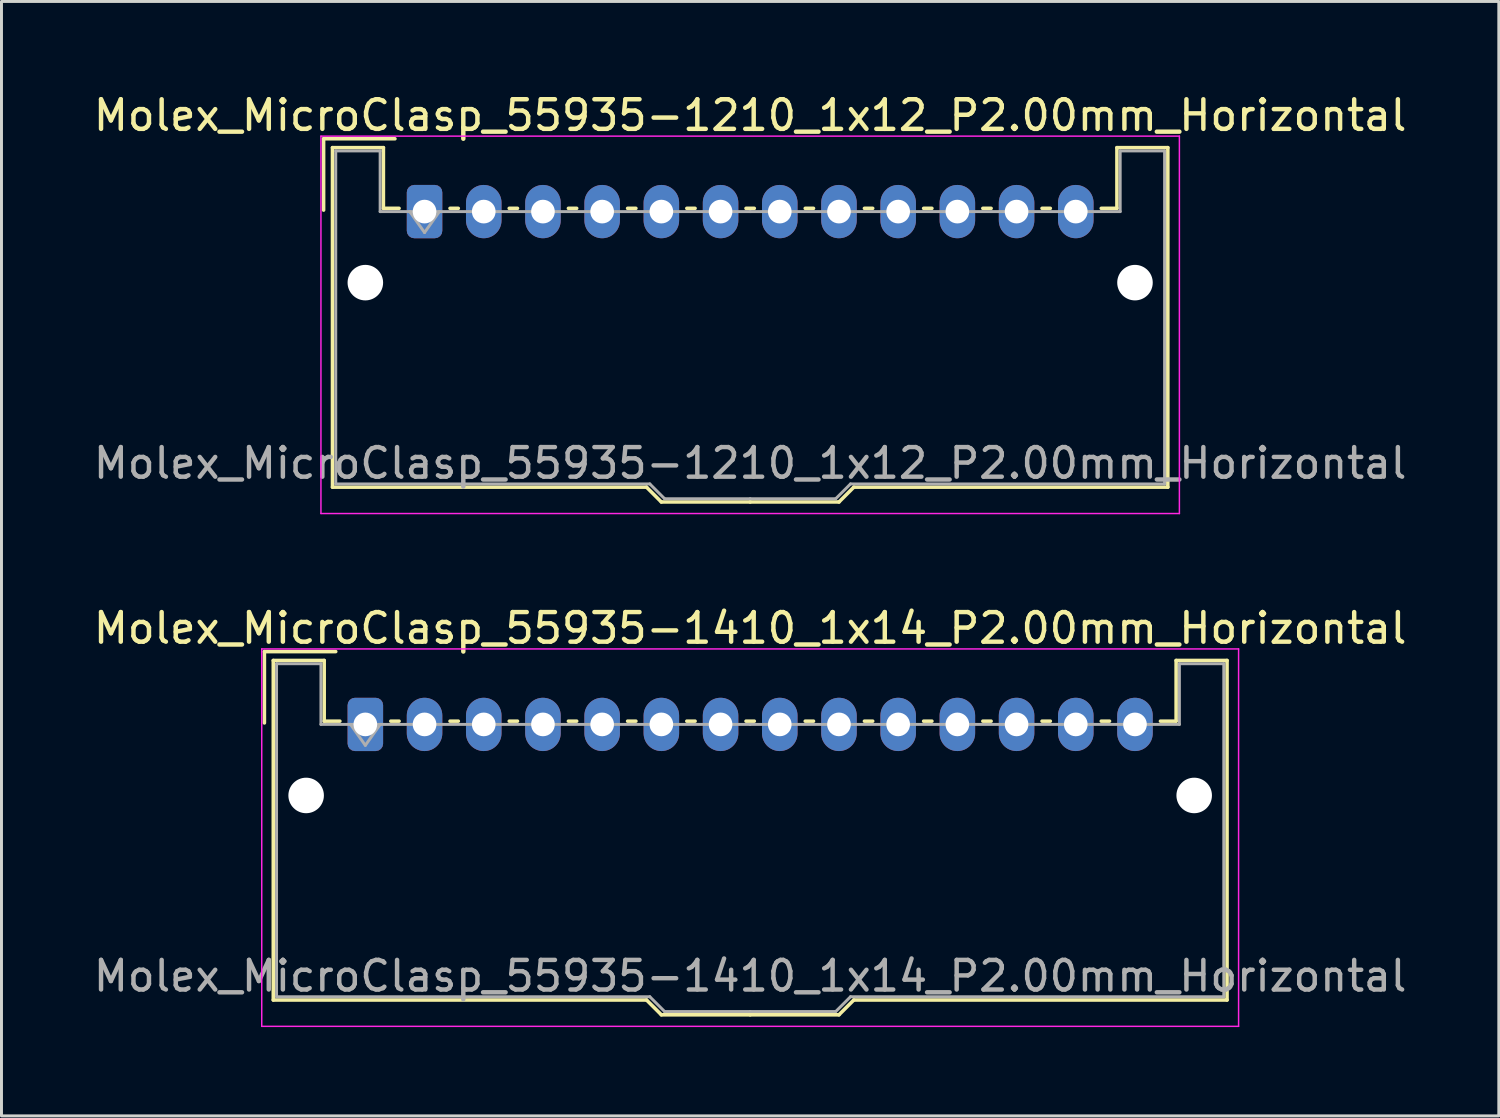
<source format=kicad_pcb>
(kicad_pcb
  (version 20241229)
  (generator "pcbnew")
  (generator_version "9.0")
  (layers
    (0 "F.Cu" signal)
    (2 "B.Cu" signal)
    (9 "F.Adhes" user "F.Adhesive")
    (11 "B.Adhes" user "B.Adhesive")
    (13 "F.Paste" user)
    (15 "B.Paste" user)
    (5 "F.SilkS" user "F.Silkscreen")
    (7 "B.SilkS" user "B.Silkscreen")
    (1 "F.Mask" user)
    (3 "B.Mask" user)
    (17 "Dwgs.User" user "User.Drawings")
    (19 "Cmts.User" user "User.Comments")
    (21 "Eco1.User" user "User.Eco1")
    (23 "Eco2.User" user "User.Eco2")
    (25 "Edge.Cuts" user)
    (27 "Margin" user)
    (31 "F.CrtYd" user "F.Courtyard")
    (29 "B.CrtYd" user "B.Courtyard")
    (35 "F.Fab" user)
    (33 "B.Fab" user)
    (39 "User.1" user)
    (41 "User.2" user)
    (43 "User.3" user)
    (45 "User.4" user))
  (footprint "Molex_MicroClasp_55935-1210_1x12_P2.00mm_Horizontal"
    (layer "F.Cu")
    (at 11.292 4.098)
    (property "Reference" "Molex_MicroClasp_55935-1210_1x12_P2.00mm_Horizontal" (at 11 -3.25 0) (layer "F.SilkS") (effects (font (size 1 1) (thickness 0.15))))
    (attr through_hole)
    (fp_line (start -3.41 -2.46) (end -1 -2.46) (stroke (width 0.12) (type solid)) (layer "F.SilkS"))
    (fp_line (start -3.41 -0.05) (end -3.41 -2.46) (stroke (width 0.12) (type solid)) (layer "F.SilkS"))
    (fp_line (start -3.11 -2.16) (end -1.39 -2.16) (stroke (width 0.12) (type solid)) (layer "F.SilkS"))
    (fp_line (start -3.11 9.31) (end -3.11 -2.16) (stroke (width 0.12) (type solid)) (layer "F.SilkS"))
    (fp_line (start -1.39 -2.16) (end -1.39 -0.11) (stroke (width 0.12) (type solid)) (layer "F.SilkS"))
    (fp_line (start -1.39 -0.11) (end -0.86 -0.11) (stroke (width 0.12) (type solid)) (layer "F.SilkS"))
    (fp_line (start 0.86 -0.11) (end 1.14 -0.11) (stroke (width 0.12) (type solid)) (layer "F.SilkS"))
    (fp_line (start 2.86 -0.11) (end 3.14 -0.11) (stroke (width 0.12) (type solid)) (layer "F.SilkS"))
    (fp_line (start 4.86 -0.11) (end 5.14 -0.11) (stroke (width 0.12) (type solid)) (layer "F.SilkS"))
    (fp_line (start 6.86 -0.11) (end 7.14 -0.11) (stroke (width 0.12) (type solid)) (layer "F.SilkS"))
    (fp_line (start 7.5 9.31) (end -3.11 9.31) (stroke (width 0.12) (type solid)) (layer "F.SilkS"))
    (fp_line (start 8 9.81) (end 7.5 9.31) (stroke (width 0.12) (type solid)) (layer "F.SilkS"))
    (fp_line (start 8.86 -0.11) (end 9.14 -0.11) (stroke (width 0.12) (type solid)) (layer "F.SilkS"))
    (fp_line (start 10.86 -0.11) (end 11.14 -0.11) (stroke (width 0.12) (type solid)) (layer "F.SilkS"))
    (fp_line (start 11 9.81) (end 8 9.81) (stroke (width 0.12) (type solid)) (layer "F.SilkS"))
    (fp_line (start 11 9.81) (end 14 9.81) (stroke (width 0.12) (type solid)) (layer "F.SilkS"))
    (fp_line (start 12.86 -0.11) (end 13.14 -0.11) (stroke (width 0.12) (type solid)) (layer "F.SilkS"))
    (fp_line (start 14 9.81) (end 14.5 9.31) (stroke (width 0.12) (type solid)) (layer "F.SilkS"))
    (fp_line (start 14.5 9.31) (end 25.11 9.31) (stroke (width 0.12) (type solid)) (layer "F.SilkS"))
    (fp_line (start 14.86 -0.11) (end 15.14 -0.11) (stroke (width 0.12) (type solid)) (layer "F.SilkS"))
    (fp_line (start 16.86 -0.11) (end 17.14 -0.11) (stroke (width 0.12) (type solid)) (layer "F.SilkS"))
    (fp_line (start 18.86 -0.11) (end 19.14 -0.11) (stroke (width 0.12) (type solid)) (layer "F.SilkS"))
    (fp_line (start 20.86 -0.11) (end 21.14 -0.11) (stroke (width 0.12) (type solid)) (layer "F.SilkS"))
    (fp_line (start 23.39 -2.16) (end 23.39 -0.11) (stroke (width 0.12) (type solid)) (layer "F.SilkS"))
    (fp_line (start 23.39 -0.11) (end 22.86 -0.11) (stroke (width 0.12) (type solid)) (layer "F.SilkS"))
    (fp_line (start 25.11 -2.16) (end 23.39 -2.16) (stroke (width 0.12) (type solid)) (layer "F.SilkS"))
    (fp_line (start 25.11 9.31) (end 25.11 -2.16) (stroke (width 0.12) (type solid)) (layer "F.SilkS"))
    (fp_line (start -3.5 -2.55) (end -3.5 10.2) (stroke (width 0.05) (type solid)) (layer "F.CrtYd"))
    (fp_line (start -3.5 10.2) (end 25.5 10.2) (stroke (width 0.05) (type solid)) (layer "F.CrtYd"))
    (fp_line (start 25.5 -2.55) (end -3.5 -2.55) (stroke (width 0.05) (type solid)) (layer "F.CrtYd"))
    (fp_line (start 25.5 10.2) (end 25.5 -2.55) (stroke (width 0.05) (type solid)) (layer "F.CrtYd"))
    (fp_line (start -3 -2.05) (end -1.5 -2.05) (stroke (width 0.1) (type solid)) (layer "F.Fab"))
    (fp_line (start -3 9.2) (end -3 -2.05) (stroke (width 0.1) (type solid)) (layer "F.Fab"))
    (fp_line (start -1.5 -2.05) (end -1.5 0) (stroke (width 0.1) (type solid)) (layer "F.Fab"))
    (fp_line (start -1.5 0) (end 11 0) (stroke (width 0.1) (type solid)) (layer "F.Fab"))
    (fp_line (start -0.5 0) (end 0 0.707) (stroke (width 0.1) (type solid)) (layer "F.Fab"))
    (fp_line (start 0 0.707) (end 0.5 0) (stroke (width 0.1) (type solid)) (layer "F.Fab"))
    (fp_line (start 7.61 9.2) (end -3 9.2) (stroke (width 0.1) (type solid)) (layer "F.Fab"))
    (fp_line (start 8.11 9.7) (end 7.61 9.2) (stroke (width 0.1) (type solid)) (layer "F.Fab"))
    (fp_line (start 11 9.7) (end 8.11 9.7) (stroke (width 0.1) (type solid)) (layer "F.Fab"))
    (fp_line (start 11 9.7) (end 13.89 9.7) (stroke (width 0.1) (type solid)) (layer "F.Fab"))
    (fp_line (start 13.89 9.7) (end 14.39 9.2) (stroke (width 0.1) (type solid)) (layer "F.Fab"))
    (fp_line (start 14.39 9.2) (end 25 9.2) (stroke (width 0.1) (type solid)) (layer "F.Fab"))
    (fp_line (start 23.5 -2.05) (end 23.5 0) (stroke (width 0.1) (type solid)) (layer "F.Fab"))
    (fp_line (start 23.5 0) (end 11 0) (stroke (width 0.1) (type solid)) (layer "F.Fab"))
    (fp_line (start 25 -2.05) (end 23.5 -2.05) (stroke (width 0.1) (type solid)) (layer "F.Fab"))
    (fp_line (start 25 9.2) (end 25 -2.05) (stroke (width 0.1) (type solid)) (layer "F.Fab"))
    (fp_text user "${REFERENCE}" (at 11 8.5 0) (layer "F.Fab") (effects (font (size 1 1) (thickness 0.15))))
    (pad "" np_thru_hole circle (at -2 2.4) (size 1.2 1.2) (drill 1.2) (layers "*.Cu" "*.Mask"))
    (pad "" np_thru_hole circle (at 24 2.4) (size 1.2 1.2) (drill 1.2) (layers "*.Cu" "*.Mask"))
    (pad "1" thru_hole roundrect (at 0 0) (size 1.2 1.8) (drill 0.8) (layers "*.Cu" "*.Mask") (roundrect_rratio 0.208))
    (pad "2" thru_hole oval (at 2 0) (size 1.2 1.8) (drill 0.8) (layers "*.Cu" "*.Mask"))
    (pad "3" thru_hole oval (at 4 0) (size 1.2 1.8) (drill 0.8) (layers "*.Cu" "*.Mask"))
    (pad "4" thru_hole oval (at 6 0) (size 1.2 1.8) (drill 0.8) (layers "*.Cu" "*.Mask"))
    (pad "5" thru_hole oval (at 8 0) (size 1.2 1.8) (drill 0.8) (layers "*.Cu" "*.Mask"))
    (pad "6" thru_hole oval (at 10 0) (size 1.2 1.8) (drill 0.8) (layers "*.Cu" "*.Mask"))
    (pad "7" thru_hole oval (at 12 0) (size 1.2 1.8) (drill 0.8) (layers "*.Cu" "*.Mask"))
    (pad "8" thru_hole oval (at 14 0) (size 1.2 1.8) (drill 0.8) (layers "*.Cu" "*.Mask"))
    (pad "9" thru_hole oval (at 16 0) (size 1.2 1.8) (drill 0.8) (layers "*.Cu" "*.Mask"))
    (pad "10" thru_hole oval (at 18 0) (size 1.2 1.8) (drill 0.8) (layers "*.Cu" "*.Mask"))
    (pad "11" thru_hole oval (at 20 0) (size 1.2 1.8) (drill 0.8) (layers "*.Cu" "*.Mask"))
    (pad "12" thru_hole oval (at 22 0) (size 1.2 1.8) (drill 0.8) (layers "*.Cu" "*.Mask")))
  (footprint "Molex_MicroClasp_55935-1410_1x14_P2.00mm_Horizontal"
    (layer "F.Cu")
    (at 9.292 21.422)
    (property "Reference" "Molex_MicroClasp_55935-1410_1x14_P2.00mm_Horizontal" (at 13 -3.25 0) (layer "F.SilkS") (effects (font (size 1 1) (thickness 0.15))))
    (attr through_hole)
    (fp_line (start -3.41 -2.46) (end -1 -2.46) (stroke (width 0.12) (type solid)) (layer "F.SilkS"))
    (fp_line (start -3.41 -0.05) (end -3.41 -2.46) (stroke (width 0.12) (type solid)) (layer "F.SilkS"))
    (fp_line (start -3.11 -2.16) (end -1.39 -2.16) (stroke (width 0.12) (type solid)) (layer "F.SilkS"))
    (fp_line (start -3.11 9.31) (end -3.11 -2.16) (stroke (width 0.12) (type solid)) (layer "F.SilkS"))
    (fp_line (start -1.39 -2.16) (end -1.39 -0.11) (stroke (width 0.12) (type solid)) (layer "F.SilkS"))
    (fp_line (start -1.39 -0.11) (end -0.86 -0.11) (stroke (width 0.12) (type solid)) (layer "F.SilkS"))
    (fp_line (start 0.86 -0.11) (end 1.14 -0.11) (stroke (width 0.12) (type solid)) (layer "F.SilkS"))
    (fp_line (start 2.86 -0.11) (end 3.14 -0.11) (stroke (width 0.12) (type solid)) (layer "F.SilkS"))
    (fp_line (start 4.86 -0.11) (end 5.14 -0.11) (stroke (width 0.12) (type solid)) (layer "F.SilkS"))
    (fp_line (start 6.86 -0.11) (end 7.14 -0.11) (stroke (width 0.12) (type solid)) (layer "F.SilkS"))
    (fp_line (start 8.86 -0.11) (end 9.14 -0.11) (stroke (width 0.12) (type solid)) (layer "F.SilkS"))
    (fp_line (start 9.5 9.31) (end -3.11 9.31) (stroke (width 0.12) (type solid)) (layer "F.SilkS"))
    (fp_line (start 10 9.81) (end 9.5 9.31) (stroke (width 0.12) (type solid)) (layer "F.SilkS"))
    (fp_line (start 10.86 -0.11) (end 11.14 -0.11) (stroke (width 0.12) (type solid)) (layer "F.SilkS"))
    (fp_line (start 12.86 -0.11) (end 13.14 -0.11) (stroke (width 0.12) (type solid)) (layer "F.SilkS"))
    (fp_line (start 13 9.81) (end 10 9.81) (stroke (width 0.12) (type solid)) (layer "F.SilkS"))
    (fp_line (start 13 9.81) (end 16 9.81) (stroke (width 0.12) (type solid)) (layer "F.SilkS"))
    (fp_line (start 14.86 -0.11) (end 15.14 -0.11) (stroke (width 0.12) (type solid)) (layer "F.SilkS"))
    (fp_line (start 16 9.81) (end 16.5 9.31) (stroke (width 0.12) (type solid)) (layer "F.SilkS"))
    (fp_line (start 16.5 9.31) (end 29.11 9.31) (stroke (width 0.12) (type solid)) (layer "F.SilkS"))
    (fp_line (start 16.86 -0.11) (end 17.14 -0.11) (stroke (width 0.12) (type solid)) (layer "F.SilkS"))
    (fp_line (start 18.86 -0.11) (end 19.14 -0.11) (stroke (width 0.12) (type solid)) (layer "F.SilkS"))
    (fp_line (start 20.86 -0.11) (end 21.14 -0.11) (stroke (width 0.12) (type solid)) (layer "F.SilkS"))
    (fp_line (start 22.86 -0.11) (end 23.14 -0.11) (stroke (width 0.12) (type solid)) (layer "F.SilkS"))
    (fp_line (start 24.86 -0.11) (end 25.14 -0.11) (stroke (width 0.12) (type solid)) (layer "F.SilkS"))
    (fp_line (start 27.39 -2.16) (end 27.39 -0.11) (stroke (width 0.12) (type solid)) (layer "F.SilkS"))
    (fp_line (start 27.39 -0.11) (end 26.86 -0.11) (stroke (width 0.12) (type solid)) (layer "F.SilkS"))
    (fp_line (start 29.11 -2.16) (end 27.39 -2.16) (stroke (width 0.12) (type solid)) (layer "F.SilkS"))
    (fp_line (start 29.11 9.31) (end 29.11 -2.16) (stroke (width 0.12) (type solid)) (layer "F.SilkS"))
    (fp_line (start -3.5 -2.55) (end -3.5 10.2) (stroke (width 0.05) (type solid)) (layer "F.CrtYd"))
    (fp_line (start -3.5 10.2) (end 29.5 10.2) (stroke (width 0.05) (type solid)) (layer "F.CrtYd"))
    (fp_line (start 29.5 -2.55) (end -3.5 -2.55) (stroke (width 0.05) (type solid)) (layer "F.CrtYd"))
    (fp_line (start 29.5 10.2) (end 29.5 -2.55) (stroke (width 0.05) (type solid)) (layer "F.CrtYd"))
    (fp_line (start -3 -2.05) (end -1.5 -2.05) (stroke (width 0.1) (type solid)) (layer "F.Fab"))
    (fp_line (start -3 9.2) (end -3 -2.05) (stroke (width 0.1) (type solid)) (layer "F.Fab"))
    (fp_line (start -1.5 -2.05) (end -1.5 0) (stroke (width 0.1) (type solid)) (layer "F.Fab"))
    (fp_line (start -1.5 0) (end 13 0) (stroke (width 0.1) (type solid)) (layer "F.Fab"))
    (fp_line (start -0.5 0) (end 0 0.707) (stroke (width 0.1) (type solid)) (layer "F.Fab"))
    (fp_line (start 0 0.707) (end 0.5 0) (stroke (width 0.1) (type solid)) (layer "F.Fab"))
    (fp_line (start 9.61 9.2) (end -3 9.2) (stroke (width 0.1) (type solid)) (layer "F.Fab"))
    (fp_line (start 10.11 9.7) (end 9.61 9.2) (stroke (width 0.1) (type solid)) (layer "F.Fab"))
    (fp_line (start 13 9.7) (end 10.11 9.7) (stroke (width 0.1) (type solid)) (layer "F.Fab"))
    (fp_line (start 13 9.7) (end 15.89 9.7) (stroke (width 0.1) (type solid)) (layer "F.Fab"))
    (fp_line (start 15.89 9.7) (end 16.39 9.2) (stroke (width 0.1) (type solid)) (layer "F.Fab"))
    (fp_line (start 16.39 9.2) (end 29 9.2) (stroke (width 0.1) (type solid)) (layer "F.Fab"))
    (fp_line (start 27.5 -2.05) (end 27.5 0) (stroke (width 0.1) (type solid)) (layer "F.Fab"))
    (fp_line (start 27.5 0) (end 13 0) (stroke (width 0.1) (type solid)) (layer "F.Fab"))
    (fp_line (start 29 -2.05) (end 27.5 -2.05) (stroke (width 0.1) (type solid)) (layer "F.Fab"))
    (fp_line (start 29 9.2) (end 29 -2.05) (stroke (width 0.1) (type solid)) (layer "F.Fab"))
    (fp_text user "${REFERENCE}" (at 13 8.5 0) (layer "F.Fab") (effects (font (size 1 1) (thickness 0.15))))
    (pad "" np_thru_hole circle (at -2 2.4) (size 1.2 1.2) (drill 1.2) (layers "*.Cu" "*.Mask"))
    (pad "" np_thru_hole circle (at 28 2.4) (size 1.2 1.2) (drill 1.2) (layers "*.Cu" "*.Mask"))
    (pad "1" thru_hole roundrect (at 0 0) (size 1.2 1.8) (drill 0.8) (layers "*.Cu" "*.Mask") (roundrect_rratio 0.208))
    (pad "2" thru_hole oval (at 2 0) (size 1.2 1.8) (drill 0.8) (layers "*.Cu" "*.Mask"))
    (pad "3" thru_hole oval (at 4 0) (size 1.2 1.8) (drill 0.8) (layers "*.Cu" "*.Mask"))
    (pad "4" thru_hole oval (at 6 0) (size 1.2 1.8) (drill 0.8) (layers "*.Cu" "*.Mask"))
    (pad "5" thru_hole oval (at 8 0) (size 1.2 1.8) (drill 0.8) (layers "*.Cu" "*.Mask"))
    (pad "6" thru_hole oval (at 10 0) (size 1.2 1.8) (drill 0.8) (layers "*.Cu" "*.Mask"))
    (pad "7" thru_hole oval (at 12 0) (size 1.2 1.8) (drill 0.8) (layers "*.Cu" "*.Mask"))
    (pad "8" thru_hole oval (at 14 0) (size 1.2 1.8) (drill 0.8) (layers "*.Cu" "*.Mask"))
    (pad "9" thru_hole oval (at 16 0) (size 1.2 1.8) (drill 0.8) (layers "*.Cu" "*.Mask"))
    (pad "10" thru_hole oval (at 18 0) (size 1.2 1.8) (drill 0.8) (layers "*.Cu" "*.Mask"))
    (pad "11" thru_hole oval (at 20 0) (size 1.2 1.8) (drill 0.8) (layers "*.Cu" "*.Mask"))
    (pad "12" thru_hole oval (at 22 0) (size 1.2 1.8) (drill 0.8) (layers "*.Cu" "*.Mask"))
    (pad "13" thru_hole oval (at 24 0) (size 1.2 1.8) (drill 0.8) (layers "*.Cu" "*.Mask"))
    (pad "14" thru_hole oval (at 26 0) (size 1.2 1.8) (drill 0.8) (layers "*.Cu" "*.Mask")))
  (gr_rect
    (start -3 -3)
    (end 47.583 34.647)
    (stroke (width 0.1) (type default))
    (fill no)
    (layer "Edge.Cuts")))
</source>
